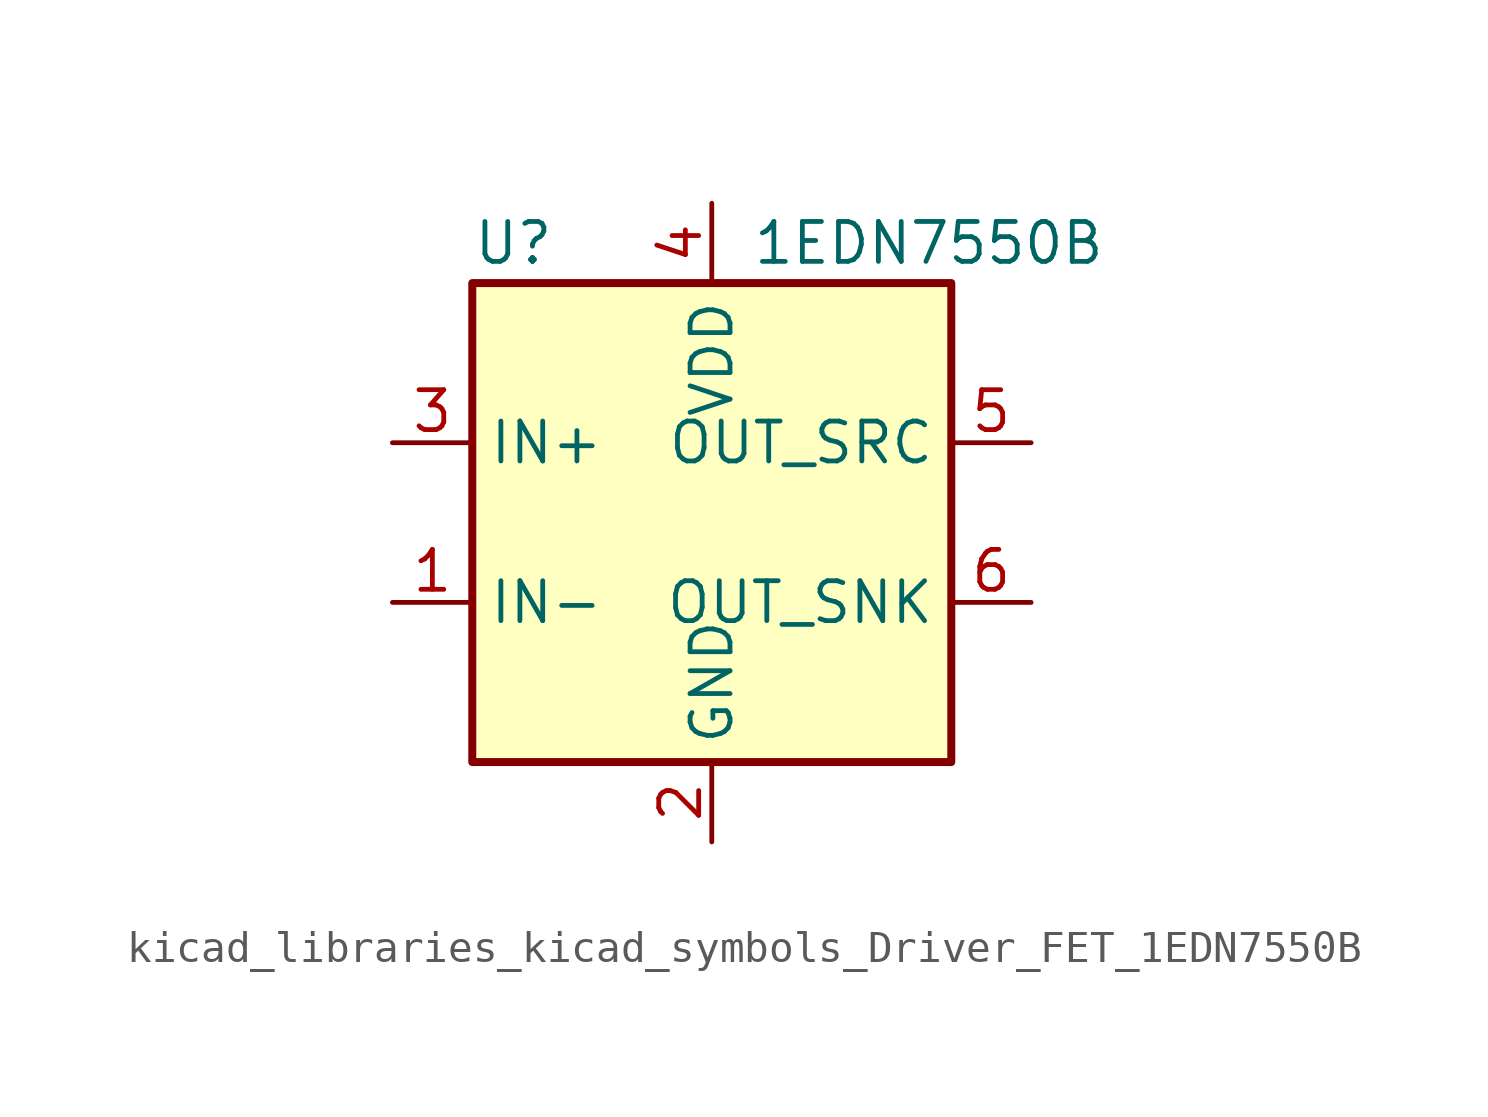
<source format=kicad_sym>
(kicad_symbol_lib
  (version 20220914)
  (generator kicad_symbol_editor)
  (symbol "kicad_libraries_kicad_symbols_Driver_FET_1EDN7550B"
    (property "Reference" "U"
      (at -7.62 8.89 0)
      (effects (font (size 1.27 1.27)) (justify left)))
    (property "Value" "1EDN7550B"
      (at 1.27 8.89 0)
      (effects (font (size 1.27 1.27)) (justify left)))
    (symbol "kicad_libraries_kicad_symbols_Driver_FET_1EDN7550B_0_1"
      (rectangle (start -7.62 -7.62) (end 7.62 7.62) (stroke (width 0.254) (type default)) (fill (type background))))
    (symbol "kicad_libraries_kicad_symbols_Driver_FET_1EDN7550B_1_1"
      (pin input line (at -10.16 -2.54 0) (length 2.54) (name "IN-" (effects (font (size 1.27 1.27)))) (number "1" (effects (font (size 1.27 1.27)))))
      (pin power_in line (at 0 -10.16 90) (length 2.54) (name "GND" (effects (font (size 1.27 1.27)))) (number "2" (effects (font (size 1.27 1.27)))))
      (pin input line (at -10.16 2.54 0) (length 2.54) (name "IN+" (effects (font (size 1.27 1.27)))) (number "3" (effects (font (size 1.27 1.27)))))
      (pin power_in line (at 0 10.16 270) (length 2.54) (name "VDD" (effects (font (size 1.27 1.27)))) (number "4" (effects (font (size 1.27 1.27)))))
      (pin output line (at 10.16 2.54 180) (length 2.54) (name "OUT_SRC" (effects (font (size 1.27 1.27)))) (number "5" (effects (font (size 1.27 1.27)))))
      (pin output line (at 10.16 -2.54 180) (length 2.54) (name "OUT_SNK" (effects (font (size 1.27 1.27)))) (number "6" (effects (font (size 1.27 1.27))))))))
</source>
